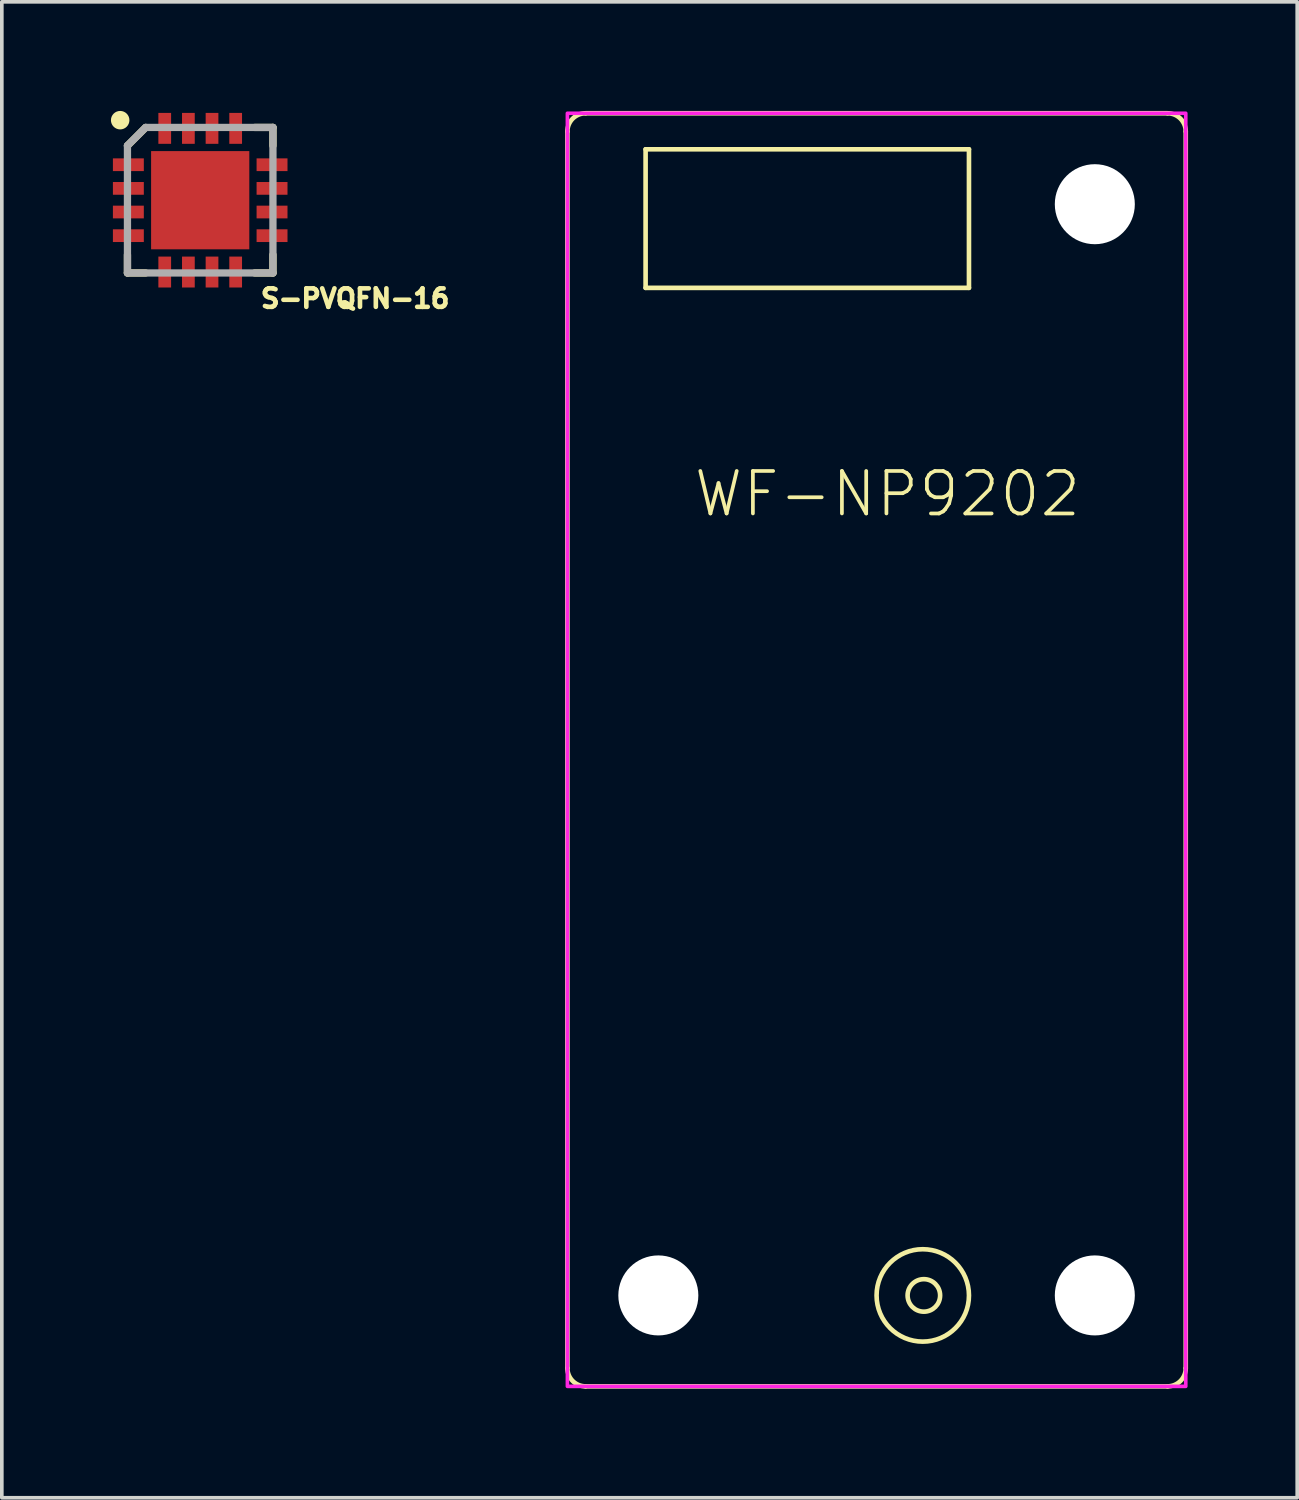
<source format=kicad_pcb>
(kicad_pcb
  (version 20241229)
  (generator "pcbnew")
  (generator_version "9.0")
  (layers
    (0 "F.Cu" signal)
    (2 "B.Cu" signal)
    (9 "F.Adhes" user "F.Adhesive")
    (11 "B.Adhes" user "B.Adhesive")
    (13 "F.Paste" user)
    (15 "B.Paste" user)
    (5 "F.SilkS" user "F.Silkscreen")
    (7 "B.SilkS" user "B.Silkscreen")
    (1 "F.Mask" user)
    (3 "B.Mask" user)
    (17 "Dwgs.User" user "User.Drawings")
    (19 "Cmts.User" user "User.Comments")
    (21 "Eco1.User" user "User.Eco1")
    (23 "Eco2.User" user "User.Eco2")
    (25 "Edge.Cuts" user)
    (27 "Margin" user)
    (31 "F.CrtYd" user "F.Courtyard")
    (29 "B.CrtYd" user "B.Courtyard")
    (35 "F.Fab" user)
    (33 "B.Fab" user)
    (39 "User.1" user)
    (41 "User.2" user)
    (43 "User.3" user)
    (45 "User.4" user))
  (footprint "S-PVQFN-16"
    (layer "F.Cu")
    (at 2.454 2.454)
    (property "Reference" "S-PVQFN-16" (at 1.6 3 0) (layer "F.SilkS") (effects (font (size 0.508 0.508) (thickness 0.127)) (justify left bottom)))
    (fp_line (start -2 1.5) (end -2 2) (stroke (width 0.2) (type solid)) (layer "F.SilkS"))
    (fp_line (start -2 2) (end -1.5 2) (stroke (width 0.2) (type solid)) (layer "F.SilkS"))
    (fp_line (start -1.5 -2) (end -2 -1.5) (stroke (width 0.2) (type solid)) (layer "F.SilkS"))
    (fp_line (start 1.5 2) (end 2 2) (stroke (width 0.2) (type solid)) (layer "F.SilkS"))
    (fp_line (start 2 -2) (end 1.5 -2) (stroke (width 0.2) (type solid)) (layer "F.SilkS"))
    (fp_line (start 2 -1.5) (end 2 -2) (stroke (width 0.2) (type solid)) (layer "F.SilkS"))
    (fp_line (start 2 2) (end 2 1.5) (stroke (width 0.2) (type solid)) (layer "F.SilkS"))
    (fp_circle (center -2.2 -2.2) (end -2.073 -2.2) (stroke (width 0.254) (type solid)) (fill no) (layer "F.SilkS"))
    (fp_poly (pts (xy -0.137 -0.137) (xy -1.264 -0.137) (xy -1.264 -0.726) (xy -0.726 -1.264) (xy -0.137 -1.264)) (stroke (width 0.1) (type solid)) (fill no) (layer "F.Paste"))
    (fp_poly (pts (xy -0.137 1.264) (xy -0.726 1.264) (xy -1.264 0.726) (xy -1.264 0.137) (xy -0.137 0.137)) (stroke (width 0.1) (type solid)) (fill no) (layer "F.Paste"))
    (fp_poly (pts (xy 1.264 -0.726) (xy 1.264 -0.137) (xy 0.137 -0.137) (xy 0.137 -1.264) (xy 0.726 -1.264)) (stroke (width 0.1) (type solid)) (fill no) (layer "F.Paste"))
    (fp_poly (pts (xy 1.264 0.726) (xy 0.726 1.264) (xy 0.137 1.264) (xy 0.137 0.137) (xy 1.264 0.137)) (stroke (width 0.1) (type solid)) (fill no) (layer "F.Paste"))
    (fp_line (start -2 2) (end -2 -1.5) (stroke (width 0.2) (type solid)) (layer "F.Fab"))
    (fp_line (start -1.5 -2) (end -2 -1.5) (stroke (width 0.2) (type solid)) (layer "F.Fab"))
    (fp_line (start -1.5 -2) (end 2 -2) (stroke (width 0.2) (type solid)) (layer "F.Fab"))
    (fp_line (start 2 -2) (end 2 2) (stroke (width 0.2) (type solid)) (layer "F.Fab"))
    (fp_line (start 2 2) (end -2 2) (stroke (width 0.2) (type solid)) (layer "F.Fab"))
    (pad "1" smd rect (at -1.975 -0.975 270) (size 0.35 0.85) (layers "F.Cu" "F.Mask" "F.Paste"))
    (pad "2" smd rect (at -1.975 -0.325 270) (size 0.35 0.85) (layers "F.Cu" "F.Mask" "F.Paste"))
    (pad "3" smd rect (at -1.975 0.325 270) (size 0.35 0.85) (layers "F.Cu" "F.Mask" "F.Paste"))
    (pad "4" smd rect (at -1.975 0.975 270) (size 0.35 0.85) (layers "F.Cu" "F.Mask" "F.Paste"))
    (pad "5" smd rect (at -0.975 1.975) (size 0.35 0.85) (layers "F.Cu" "F.Mask" "F.Paste"))
    (pad "6" smd rect (at -0.325 1.975) (size 0.35 0.85) (layers "F.Cu" "F.Mask" "F.Paste"))
    (pad "7" smd rect (at 0.325 1.975) (size 0.35 0.85) (layers "F.Cu" "F.Mask" "F.Paste"))
    (pad "8" smd rect (at 0.975 1.975) (size 0.35 0.85) (layers "F.Cu" "F.Mask" "F.Paste"))
    (pad "9" smd rect (at 1.975 0.975 90) (size 0.35 0.85) (layers "F.Cu" "F.Mask" "F.Paste"))
    (pad "10" smd rect (at 1.975 0.325 90) (size 0.35 0.85) (layers "F.Cu" "F.Mask" "F.Paste"))
    (pad "11" smd rect (at 1.975 -0.325 90) (size 0.35 0.85) (layers "F.Cu" "F.Mask" "F.Paste"))
    (pad "12" smd rect (at 1.975 -0.975 90) (size 0.35 0.85) (layers "F.Cu" "F.Mask" "F.Paste"))
    (pad "13" smd rect (at 0.975 -1.975 180) (size 0.35 0.85) (layers "F.Cu" "F.Mask" "F.Paste"))
    (pad "14" smd rect (at 0.325 -1.975 180) (size 0.35 0.85) (layers "F.Cu" "F.Mask" "F.Paste"))
    (pad "15" smd rect (at -0.325 -1.975 180) (size 0.35 0.85) (layers "F.Cu" "F.Mask" "F.Paste"))
    (pad "16" smd rect (at -0.975 -1.975 180) (size 0.35 0.85) (layers "F.Cu" "F.Mask" "F.Paste"))
    (pad "PAD" smd rect (at 0 0) (size 2.7 2.7) (layers "F.Cu" "F.Mask"))
    (zone (net_name "") (layer "F.Cu") (hatch edge 0.508) (connect_pads) (min_thickness 0.254) (filled_areas_thickness no) (keepout (tracks not_allowed) (vias not_allowed) (pads not_allowed) (copperpour not_allowed) (footprints allowed)) (placement (enabled no)) (fill) (polygon (pts (xy 0.454 0.954) (xy 0.954 0.954) (xy 0.954 0.454) (xy 0.454 0.454)))))
  (footprint "WF-NP9202"
    (layer "F.Cu")
    (at 21.049 17.564)
    (property "Reference" "WF-NP9202" (at -5.08 -6.35 0) (layer "F.SilkS") (effects (font (size 1.168 1.168) (thickness 0.102)) (justify left bottom)))
    (fp_circle (center -6 15) (end -5 15) (stroke (width 2) (type solid)) (fill no) (layer "F.Mask"))
    (fp_circle (center 6 -15) (end 7 -15) (stroke (width 2) (type solid)) (fill no) (layer "F.Mask"))
    (fp_circle (center 6 15) (end 7 15) (stroke (width 2) (type solid)) (fill no) (layer "F.Mask"))
    (fp_circle (center -6 15) (end -5 15) (stroke (width 2) (type solid)) (fill no) (layer "B.Mask"))
    (fp_circle (center 6 -15) (end 7 -15) (stroke (width 2) (type solid)) (fill no) (layer "B.Mask"))
    (fp_circle (center 6 15) (end 7 15) (stroke (width 2) (type solid)) (fill no) (layer "B.Mask"))
    (fp_line (start -8.5 17) (end -8.5 -17) (stroke (width 0.127) (type solid)) (layer "F.SilkS"))
    (fp_line (start -8 -17.5) (end 8 -17.5) (stroke (width 0.127) (type solid)) (layer "F.SilkS"))
    (fp_line (start -6.35 -16.51) (end -6.35 -12.7) (stroke (width 0.127) (type solid)) (layer "F.SilkS"))
    (fp_line (start -6.35 -12.7) (end 2.54 -12.7) (stroke (width 0.127) (type solid)) (layer "F.SilkS"))
    (fp_line (start 2.54 -16.51) (end -6.35 -16.51) (stroke (width 0.127) (type solid)) (layer "F.SilkS"))
    (fp_line (start 2.54 -12.7) (end 2.54 -16.51) (stroke (width 0.127) (type solid)) (layer "F.SilkS"))
    (fp_line (start 8 17.5) (end -8 17.5) (stroke (width 0.127) (type solid)) (layer "F.SilkS"))
    (fp_line (start 8.5 -17) (end 8.5 17) (stroke (width 0.127) (type solid)) (layer "F.SilkS"))
    (fp_arc (start -8.5 -17) (mid -8.353553 -17.353553) (end -8 -17.5) (stroke (width 0.127) (type solid)) (layer "F.SilkS"))
    (fp_arc (start -8 17.5) (mid -8.353553 17.353553) (end -8.5 17) (stroke (width 0.127) (type solid)) (layer "F.SilkS"))
    (fp_arc (start 8 -17.5) (mid 8.353553 -17.353553) (end 8.5 -17) (stroke (width 0.127) (type solid)) (layer "F.SilkS"))
    (fp_arc (start 8.5 17) (mid 8.353553 17.353553) (end 8 17.5) (stroke (width 0.127) (type solid)) (layer "F.SilkS"))
    (fp_circle (center 1.27 15) (end 2.54 15) (stroke (width 0.127) (type solid)) (fill no) (layer "F.SilkS"))
    (fp_circle (center 1.3 15) (end 1.747 15) (stroke (width 0.127) (type solid)) (fill no) (layer "F.SilkS"))
    (fp_poly (pts (xy -8.5 17.5) (xy 8.5 17.5) (xy 8.5 -17.5) (xy -8.5 -17.5)) (stroke (width 0.1) (type solid)) (fill no) (layer "F.CrtYd"))
    (pad "" np_thru_hole circle (at -6 15) (size 2.2 2.2) (drill 2.2) (layers "*.Cu" "*.Mask"))
    (pad "" np_thru_hole circle (at 6 -15) (size 2.2 2.2) (drill 2.2) (layers "*.Cu" "*.Mask"))
    (pad "" np_thru_hole circle (at 6 15) (size 2.2 2.2) (drill 2.2) (layers "*.Cu" "*.Mask"))
    (zone (net_name "") (layer "F.Cu") (hatch edge 0.508) (connect_pads) (min_thickness 0.254) (filled_areas_thickness no) (keepout (tracks not_allowed) (vias not_allowed) (pads not_allowed) (copperpour not_allowed) (footprints allowed)) (placement (enabled no)) (fill) (polygon (pts (xy 17.049 32.563) (xy 17.019 32.216) (xy 16.929 31.879) (xy 16.782 31.564) (xy 16.582 31.278) (xy 16.335 31.031) (xy 16.049 30.831) (xy 15.734 30.684) (xy 15.397 30.594) (xy 15.049 30.564) (xy 14.702 30.594) (xy 14.365 30.684) (xy 14.049 30.831) (xy 13.764 31.031) (xy 13.517 31.278) (xy 13.317 31.564) (xy 13.17 31.879) (xy 13.08 32.216) (xy 13.049 32.563) (xy 13.08 32.911) (xy 13.17 33.248) (xy 13.317 33.563) (xy 13.517 33.849) (xy 13.764 34.096) (xy 14.049 34.296) (xy 14.365 34.443) (xy 14.702 34.533) (xy 15.049 34.563) (xy 15.397 34.533) (xy 15.734 34.443) (xy 16.049 34.296) (xy 16.335 34.096) (xy 16.582 33.849) (xy 16.782 33.563) (xy 16.929 33.248) (xy 17.019 32.911))))
    (zone (net_name "") (layer "F.Cu") (hatch edge 0.508) (connect_pads) (min_thickness 0.254) (filled_areas_thickness no) (keepout (tracks not_allowed) (vias not_allowed) (pads not_allowed) (copperpour not_allowed) (footprints allowed)) (placement (enabled no)) (fill) (polygon (pts (xy 29.049 2.563) (xy 29.019 2.216) (xy 28.929 1.879) (xy 28.782 1.563) (xy 28.582 1.278) (xy 28.335 1.031) (xy 28.049 0.831) (xy 27.734 0.684) (xy 27.397 0.594) (xy 27.049 0.564) (xy 26.702 0.594) (xy 26.365 0.684) (xy 26.049 0.831) (xy 25.764 1.031) (xy 25.517 1.278) (xy 25.317 1.563) (xy 25.17 1.879) (xy 25.08 2.216) (xy 25.049 2.563) (xy 25.08 2.911) (xy 25.17 3.248) (xy 25.317 3.563) (xy 25.517 3.849) (xy 25.764 4.096) (xy 26.049 4.296) (xy 26.365 4.443) (xy 26.702 4.533) (xy 27.049 4.564) (xy 27.397 4.533) (xy 27.734 4.443) (xy 28.049 4.296) (xy 28.335 4.096) (xy 28.582 3.849) (xy 28.782 3.563) (xy 28.929 3.248) (xy 29.019 2.911))))
    (zone (net_name "") (layer "F.Cu") (hatch edge 0.508) (connect_pads) (min_thickness 0.254) (filled_areas_thickness no) (keepout (tracks not_allowed) (vias not_allowed) (pads not_allowed) (copperpour not_allowed) (footprints allowed)) (placement (enabled no)) (fill) (polygon (pts (xy 29.049 32.563) (xy 29.019 32.216) (xy 28.929 31.879) (xy 28.782 31.564) (xy 28.582 31.278) (xy 28.335 31.031) (xy 28.049 30.831) (xy 27.734 30.684) (xy 27.397 30.594) (xy 27.049 30.564) (xy 26.702 30.594) (xy 26.365 30.684) (xy 26.049 30.831) (xy 25.764 31.031) (xy 25.517 31.278) (xy 25.317 31.564) (xy 25.17 31.879) (xy 25.08 32.216) (xy 25.049 32.563) (xy 25.08 32.911) (xy 25.17 33.248) (xy 25.317 33.563) (xy 25.517 33.849) (xy 25.764 34.096) (xy 26.049 34.296) (xy 26.365 34.443) (xy 26.702 34.533) (xy 27.049 34.563) (xy 27.397 34.533) (xy 27.734 34.443) (xy 28.049 34.296) (xy 28.335 34.096) (xy 28.582 33.849) (xy 28.782 33.563) (xy 28.929 33.248) (xy 29.019 32.911))))
    (zone (net_name "") (layer "B.Cu") (hatch edge 0.508) (connect_pads) (min_thickness 0.254) (filled_areas_thickness no) (keepout (tracks not_allowed) (vias not_allowed) (pads not_allowed) (copperpour not_allowed) (footprints allowed)) (placement (enabled no)) (fill) (polygon (pts (xy 17.049 32.563) (xy 17.019 32.216) (xy 16.929 31.879) (xy 16.782 31.564) (xy 16.582 31.278) (xy 16.335 31.031) (xy 16.049 30.831) (xy 15.734 30.684) (xy 15.397 30.594) (xy 15.049 30.564) (xy 14.702 30.594) (xy 14.365 30.684) (xy 14.049 30.831) (xy 13.764 31.031) (xy 13.517 31.278) (xy 13.317 31.564) (xy 13.17 31.879) (xy 13.08 32.216) (xy 13.049 32.563) (xy 13.08 32.911) (xy 13.17 33.248) (xy 13.317 33.563) (xy 13.517 33.849) (xy 13.764 34.096) (xy 14.049 34.296) (xy 14.365 34.443) (xy 14.702 34.533) (xy 15.049 34.563) (xy 15.397 34.533) (xy 15.734 34.443) (xy 16.049 34.296) (xy 16.335 34.096) (xy 16.582 33.849) (xy 16.782 33.563) (xy 16.929 33.248) (xy 17.019 32.911))))
    (zone (net_name "") (layer "B.Cu") (hatch edge 0.508) (connect_pads) (min_thickness 0.254) (filled_areas_thickness no) (keepout (tracks not_allowed) (vias not_allowed) (pads not_allowed) (copperpour not_allowed) (footprints allowed)) (placement (enabled no)) (fill) (polygon (pts (xy 29.049 2.563) (xy 29.019 2.216) (xy 28.929 1.879) (xy 28.782 1.563) (xy 28.582 1.278) (xy 28.335 1.031) (xy 28.049 0.831) (xy 27.734 0.684) (xy 27.397 0.594) (xy 27.049 0.564) (xy 26.702 0.594) (xy 26.365 0.684) (xy 26.049 0.831) (xy 25.764 1.031) (xy 25.517 1.278) (xy 25.317 1.563) (xy 25.17 1.879) (xy 25.08 2.216) (xy 25.049 2.563) (xy 25.08 2.911) (xy 25.17 3.248) (xy 25.317 3.563) (xy 25.517 3.849) (xy 25.764 4.096) (xy 26.049 4.296) (xy 26.365 4.443) (xy 26.702 4.533) (xy 27.049 4.564) (xy 27.397 4.533) (xy 27.734 4.443) (xy 28.049 4.296) (xy 28.335 4.096) (xy 28.582 3.849) (xy 28.782 3.563) (xy 28.929 3.248) (xy 29.019 2.911))))
    (zone (net_name "") (layer "B.Cu") (hatch edge 0.508) (connect_pads) (min_thickness 0.254) (filled_areas_thickness no) (keepout (tracks not_allowed) (vias not_allowed) (pads not_allowed) (copperpour not_allowed) (footprints allowed)) (placement (enabled no)) (fill) (polygon (pts (xy 29.049 32.563) (xy 29.019 32.216) (xy 28.929 31.879) (xy 28.782 31.564) (xy 28.582 31.278) (xy 28.335 31.031) (xy 28.049 30.831) (xy 27.734 30.684) (xy 27.397 30.594) (xy 27.049 30.564) (xy 26.702 30.594) (xy 26.365 30.684) (xy 26.049 30.831) (xy 25.764 31.031) (xy 25.517 31.278) (xy 25.317 31.564) (xy 25.17 31.879) (xy 25.08 32.216) (xy 25.049 32.563) (xy 25.08 32.911) (xy 25.17 33.248) (xy 25.317 33.563) (xy 25.517 33.849) (xy 25.764 34.096) (xy 26.049 34.296) (xy 26.365 34.443) (xy 26.702 34.533) (xy 27.049 34.563) (xy 27.397 34.533) (xy 27.734 34.443) (xy 28.049 34.296) (xy 28.335 34.096) (xy 28.582 33.849) (xy 28.782 33.563) (xy 28.929 33.248) (xy 29.019 32.911)))))
  (gr_rect
    (start -3 -3)
    (end 32.613 38.127)
    (stroke (width 0.1) (type default))
    (fill no)
    (layer "Edge.Cuts")))
</source>
